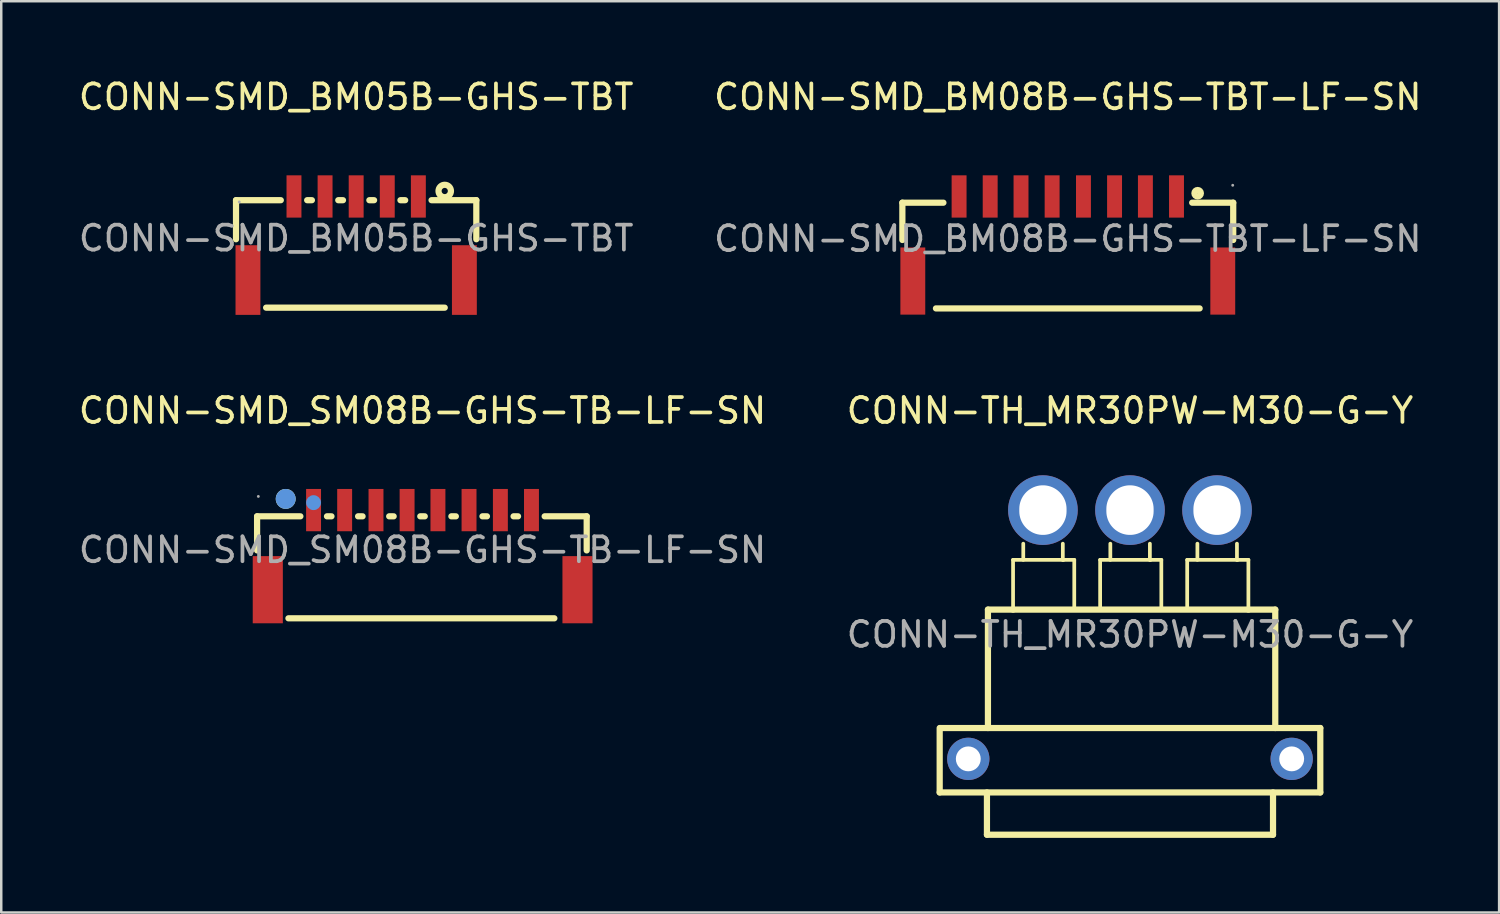
<source format=kicad_pcb>
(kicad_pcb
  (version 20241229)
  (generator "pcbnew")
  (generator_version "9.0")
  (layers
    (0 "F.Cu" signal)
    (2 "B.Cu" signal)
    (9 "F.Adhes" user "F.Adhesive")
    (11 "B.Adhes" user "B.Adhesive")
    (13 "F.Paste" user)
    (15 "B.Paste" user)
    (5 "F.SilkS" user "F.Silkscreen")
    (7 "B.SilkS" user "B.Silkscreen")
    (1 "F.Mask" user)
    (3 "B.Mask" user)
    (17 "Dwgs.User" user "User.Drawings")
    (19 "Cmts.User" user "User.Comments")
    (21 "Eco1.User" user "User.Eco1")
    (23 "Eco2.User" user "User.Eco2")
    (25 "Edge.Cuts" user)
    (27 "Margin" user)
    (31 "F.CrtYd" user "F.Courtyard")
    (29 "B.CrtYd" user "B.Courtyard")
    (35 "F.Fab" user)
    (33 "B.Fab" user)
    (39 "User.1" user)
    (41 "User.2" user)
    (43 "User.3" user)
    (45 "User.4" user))
  (footprint "CONN-SMD_SM08B-GHS-TB-LF-SN"
    (layer "F.Cu")
    (at 13.935 19.056)
    (property "Reference" "CONN-SMD_SM08B-GHS-TB-LF-SN" (at 0 -5.6 0) (layer "F.SilkS") (effects (font (size 1 1) (thickness 0.15))))
    (attr smd)
    (fp_line (start -6.65 -1.35) (end -6.65 0.02) (stroke (width 0.25) (type solid)) (layer "F.SilkS"))
    (fp_line (start -5.39 2.75) (end 5.3 2.75) (stroke (width 0.25) (type solid)) (layer "F.SilkS"))
    (fp_line (start -4.91 -1.35) (end -6.65 -1.35) (stroke (width 0.25) (type solid)) (layer "F.SilkS"))
    (fp_line (start -3.66 -1.35) (end -3.84 -1.35) (stroke (width 0.25) (type solid)) (layer "F.SilkS"))
    (fp_line (start -2.41 -1.35) (end -2.59 -1.35) (stroke (width 0.25) (type solid)) (layer "F.SilkS"))
    (fp_line (start -1.16 -1.35) (end -1.34 -1.35) (stroke (width 0.25) (type solid)) (layer "F.SilkS"))
    (fp_line (start 0.09 -1.35) (end -0.09 -1.35) (stroke (width 0.25) (type solid)) (layer "F.SilkS"))
    (fp_line (start 1.34 -1.35) (end 1.16 -1.35) (stroke (width 0.25) (type solid)) (layer "F.SilkS"))
    (fp_line (start 2.59 -1.35) (end 2.41 -1.35) (stroke (width 0.25) (type solid)) (layer "F.SilkS"))
    (fp_line (start 3.84 -1.35) (end 3.66 -1.35) (stroke (width 0.25) (type solid)) (layer "F.SilkS"))
    (fp_line (start 4.91 -1.35) (end 6.6 -1.35) (stroke (width 0.25) (type solid)) (layer "F.SilkS"))
    (fp_line (start 6.6 -1.35) (end 6.6 0.02) (stroke (width 0.25) (type solid)) (layer "F.SilkS"))
    (fp_circle (center -5.5 -2.05) (end -5.3 -2.05) (stroke (width 0.4) (type solid)) (fill no) (layer "F.SilkS"))
    (fp_circle (center -5.5 -2.05) (end -5.3 -2.05) (stroke (width 0.4) (type solid)) (fill no) (layer "Cmts.User"))
    (fp_circle (center -4.38 -1.9) (end -4.23 -1.9) (stroke (width 0.3) (type solid)) (fill no) (layer "Cmts.User"))
    (fp_circle (center -6.6 -2.15) (end -6.57 -2.15) (stroke (width 0.06) (type solid)) (fill no) (layer "F.Fab"))
    (fp_text user "${REFERENCE}" (at 0 0 0) (layer "F.Fab") (effects (font (size 1 1) (thickness 0.15))))
    (pad "1" smd rect (at -4.38 -1.6) (size 0.6 1.7) (layers "F.Cu" "F.Mask" "F.Paste"))
    (pad "2" smd rect (at -3.13 -1.6) (size 0.6 1.7) (layers "F.Cu" "F.Mask" "F.Paste"))
    (pad "3" smd rect (at -1.87 -1.6) (size 0.6 1.7) (layers "F.Cu" "F.Mask" "F.Paste"))
    (pad "4" smd rect (at -0.62 -1.6) (size 0.6 1.7) (layers "F.Cu" "F.Mask" "F.Paste"))
    (pad "5" smd rect (at 0.62 -1.6) (size 0.6 1.7) (layers "F.Cu" "F.Mask" "F.Paste"))
    (pad "6" smd rect (at 1.87 -1.6) (size 0.6 1.7) (layers "F.Cu" "F.Mask" "F.Paste"))
    (pad "7" smd rect (at 3.13 -1.6) (size 0.6 1.7) (layers "F.Cu" "F.Mask" "F.Paste"))
    (pad "8" smd rect (at 4.38 -1.6) (size 0.6 1.7) (layers "F.Cu" "F.Mask" "F.Paste"))
    (pad "9" smd rect (at -6.22 1.6) (size 1.21 2.7) (layers "F.Cu" "F.Mask" "F.Paste"))
    (pad "10" smd rect (at 6.23 1.6) (size 1.21 2.7) (layers "F.Cu" "F.Mask" "F.Paste")))
  (footprint "CONN-SMD_BM08B-GHS-TBT-LF-SN"
    (layer "F.Cu")
    (at 39.875 6.548)
    (property "Reference" "CONN-SMD_BM08B-GHS-TBT-LF-SN" (at 0 -5.7 0) (layer "F.SilkS") (effects (font (size 1 1) (thickness 0.15))))
    (attr smd)
    (fp_line (start -6.65 -1.45) (end -6.65 0.05) (stroke (width 0.25) (type solid)) (layer "F.SilkS"))
    (fp_line (start -5.3 2.8) (end 5.3 2.8) (stroke (width 0.25) (type solid)) (layer "F.SilkS"))
    (fp_line (start -5 -1.45) (end -6.65 -1.45) (stroke (width 0.25) (type solid)) (layer "F.SilkS"))
    (fp_line (start 5 -1.45) (end 6.65 -1.45) (stroke (width 0.25) (type solid)) (layer "F.SilkS"))
    (fp_line (start 6.65 -1.45) (end 6.65 0.05) (stroke (width 0.25) (type solid)) (layer "F.SilkS"))
    (fp_circle (center 5.22 -1.83) (end 5.35 -1.83) (stroke (width 0.25) (type solid)) (fill no) (layer "F.SilkS"))
    (fp_circle (center 6.63 -2.15) (end 6.66 -2.15) (stroke (width 0.06) (type solid)) (fill no) (layer "F.Fab"))
    (fp_text user "${REFERENCE}" (at 0 0 0) (layer "F.Fab") (effects (font (size 1 1) (thickness 0.15))))
    (pad "1" smd rect (at 4.37 -1.7) (size 0.6 1.7) (layers "F.Cu" "F.Mask" "F.Paste"))
    (pad "2" smd rect (at 3.12 -1.7) (size 0.6 1.7) (layers "F.Cu" "F.Mask" "F.Paste"))
    (pad "3" smd rect (at 1.88 -1.7) (size 0.6 1.7) (layers "F.Cu" "F.Mask" "F.Paste"))
    (pad "4" smd rect (at 0.63 -1.7) (size 0.6 1.7) (layers "F.Cu" "F.Mask" "F.Paste"))
    (pad "5" smd rect (at -0.63 -1.7) (size 0.6 1.7) (layers "F.Cu" "F.Mask" "F.Paste"))
    (pad "6" smd rect (at -1.88 -1.7) (size 0.6 1.7) (layers "F.Cu" "F.Mask" "F.Paste"))
    (pad "7" smd rect (at -3.12 -1.7) (size 0.6 1.7) (layers "F.Cu" "F.Mask" "F.Paste"))
    (pad "8" smd rect (at -4.37 -1.7) (size 0.6 1.7) (layers "F.Cu" "F.Mask" "F.Paste"))
    (pad "9" smd rect (at -6.23 1.7) (size 1 2.7) (layers "F.Cu" "F.Mask" "F.Paste"))
    (pad "10" smd rect (at 6.23 1.7) (size 1 2.7) (layers "F.Cu" "F.Mask" "F.Paste")))
  (footprint "CONN-TH_MR30PW-M30-G-Y"
    (layer "F.Cu")
    (at 42.375 22.456)
    (property "Reference" "CONN-TH_MR30PW-M30-G-Y" (at 0 -9 0) (layer "F.SilkS") (effects (font (size 1 1) (thickness 0.15))))
    (attr through_hole)
    (fp_line (start -7.65 6.35) (end -7.65 3.76) (stroke (width 0.25) (type solid)) (layer "F.SilkS"))
    (fp_line (start -7.65 6.35) (end 7.65 6.35) (stroke (width 0.25) (type solid)) (layer "F.SilkS"))
    (fp_line (start -5.75 8.05) (end -5.75 6.35) (stroke (width 0.25) (type solid)) (layer "F.SilkS"))
    (fp_line (start -5.75 8.05) (end 5.75 8.05) (stroke (width 0.25) (type solid)) (layer "F.SilkS"))
    (fp_line (start -5.71 -1) (end -5.71 3.76) (stroke (width 0.25) (type solid)) (layer "F.SilkS"))
    (fp_line (start -4.7 -3) (end -2.24 -3) (stroke (width 0.15) (type solid)) (layer "F.SilkS"))
    (fp_line (start -4.7 -1) (end -5.71 -1) (stroke (width 0.25) (type solid)) (layer "F.SilkS"))
    (fp_line (start -4.7 -1) (end -4.7 -3) (stroke (width 0.15) (type solid)) (layer "F.SilkS"))
    (fp_line (start -4.7 -1) (end 4.76 -1) (stroke (width 0.25) (type solid)) (layer "F.SilkS"))
    (fp_line (start -4.29 -3) (end -4.29 -3.65) (stroke (width 0.15) (type solid)) (layer "F.SilkS"))
    (fp_line (start -2.7 -3.65) (end -2.7 -3) (stroke (width 0.15) (type solid)) (layer "F.SilkS"))
    (fp_line (start -2.7 -3) (end -2.67 -3) (stroke (width 0.15) (type solid)) (layer "F.SilkS"))
    (fp_line (start -2.24 -3) (end -2.24 -1) (stroke (width 0.15) (type solid)) (layer "F.SilkS"))
    (fp_line (start -1.2 -3) (end 1.26 -3) (stroke (width 0.15) (type solid)) (layer "F.SilkS"))
    (fp_line (start -1.2 -1) (end -1.2 -3) (stroke (width 0.15) (type solid)) (layer "F.SilkS"))
    (fp_line (start -0.79 -3) (end -0.79 -3.65) (stroke (width 0.15) (type solid)) (layer "F.SilkS"))
    (fp_line (start 0.8 -3.65) (end 0.8 -3) (stroke (width 0.15) (type solid)) (layer "F.SilkS"))
    (fp_line (start 0.8 -3) (end 0.83 -3) (stroke (width 0.15) (type solid)) (layer "F.SilkS"))
    (fp_line (start 1.26 -3) (end 1.26 -1) (stroke (width 0.15) (type solid)) (layer "F.SilkS"))
    (fp_line (start 2.3 -3) (end 4.76 -3) (stroke (width 0.15) (type solid)) (layer "F.SilkS"))
    (fp_line (start 2.3 -1) (end 2.3 -3) (stroke (width 0.15) (type solid)) (layer "F.SilkS"))
    (fp_line (start 2.71 -3) (end 2.71 -3.65) (stroke (width 0.15) (type solid)) (layer "F.SilkS"))
    (fp_line (start 4.3 -3.65) (end 4.3 -3) (stroke (width 0.15) (type solid)) (layer "F.SilkS"))
    (fp_line (start 4.3 -3) (end 4.33 -3) (stroke (width 0.15) (type solid)) (layer "F.SilkS"))
    (fp_line (start 4.76 -3) (end 4.76 -1) (stroke (width 0.15) (type solid)) (layer "F.SilkS"))
    (fp_line (start 4.76 -1) (end 5.84 -1) (stroke (width 0.25) (type solid)) (layer "F.SilkS"))
    (fp_line (start 5.75 8.05) (end 5.75 6.35) (stroke (width 0.25) (type solid)) (layer "F.SilkS"))
    (fp_line (start 5.84 -1) (end 5.84 3.76) (stroke (width 0.25) (type solid)) (layer "F.SilkS"))
    (fp_line (start 7.65 3.76) (end -7.62 3.76) (stroke (width 0.25) (type solid)) (layer "F.SilkS"))
    (fp_line (start 7.65 6.35) (end 7.65 3.76) (stroke (width 0.25) (type solid)) (layer "F.SilkS"))
    (fp_text user "${REFERENCE}" (at 0 0 0) (layer "F.Fab") (effects (font (size 1 1) (thickness 0.15))))
    (pad "1" thru_hole circle (at -3.5 -5 180) (size 2.8 2.8) (drill oval 1.9 1.995) (layers "*.Cu" "*.Mask"))
    (pad "2" thru_hole circle (at 0 -5 180) (size 2.8 2.8) (drill oval 1.9 1.995) (layers "*.Cu" "*.Mask"))
    (pad "3" thru_hole circle (at 3.5 -5 180) (size 2.8 2.8) (drill oval 1.9 1.995) (layers "*.Cu" "*.Mask"))
    (pad "4" thru_hole circle (at 6.5 5 180) (size 1.7 1.7) (drill 1) (layers "*.Cu" "*.Mask"))
    (pad "5" thru_hole circle (at -6.5 5 180) (size 1.7 1.7) (drill 1) (layers "*.Cu" "*.Mask")))
  (footprint "CONN-SMD_BM05B-GHS-TBT"
    (layer "F.Cu")
    (at 11.268 6.528)
    (property "Reference" "CONN-SMD_BM05B-GHS-TBT" (at 0 -5.68 0) (layer "F.SilkS") (effects (font (size 1 1) (thickness 0.15))))
    (attr smd)
    (fp_line (start -4.83 -1.53) (end -3.03 -1.53) (stroke (width 0.25) (type solid)) (layer "F.SilkS"))
    (fp_line (start -4.83 0.04) (end -4.83 -1.53) (stroke (width 0.25) (type solid)) (layer "F.SilkS"))
    (fp_line (start -3.62 2.79) (end 3.56 2.79) (stroke (width 0.25) (type solid)) (layer "F.SilkS"))
    (fp_line (start -1.97 -1.53) (end -1.78 -1.53) (stroke (width 0.25) (type solid)) (layer "F.SilkS"))
    (fp_line (start -0.72 -1.53) (end -0.53 -1.53) (stroke (width 0.25) (type solid)) (layer "F.SilkS"))
    (fp_line (start 0.53 -1.53) (end 0.72 -1.53) (stroke (width 0.25) (type solid)) (layer "F.SilkS"))
    (fp_line (start 1.78 -1.53) (end 1.97 -1.53) (stroke (width 0.25) (type solid)) (layer "F.SilkS"))
    (fp_line (start 3.03 -1.53) (end 4.83 -1.53) (stroke (width 0.25) (type solid)) (layer "F.SilkS"))
    (fp_line (start 4.83 -1.53) (end 4.83 0.04) (stroke (width 0.25) (type solid)) (layer "F.SilkS"))
    (fp_circle (center 3.56 -1.9) (end 3.81 -1.9) (stroke (width 0.25) (type solid)) (fill no) (layer "F.SilkS"))
    (fp_circle (center -4.7 -1.46) (end -4.67 -1.46) (stroke (width 0.06) (type solid)) (fill no) (layer "F.Fab"))
    (fp_text user "${REFERENCE}" (at 0 0 0) (layer "F.Fab") (effects (font (size 1 1) (thickness 0.15))))
    (pad "1" smd rect (at 2.5 -1.68) (size 0.6 1.7) (layers "F.Cu" "F.Mask" "F.Paste"))
    (pad "2" smd rect (at 1.25 -1.68) (size 0.6 1.7) (layers "F.Cu" "F.Mask" "F.Paste"))
    (pad "3" smd rect (at 0 -1.68) (size 0.6 1.7) (layers "F.Cu" "F.Mask" "F.Paste"))
    (pad "4" smd rect (at -1.25 -1.68) (size 0.6 1.7) (layers "F.Cu" "F.Mask" "F.Paste"))
    (pad "5" smd rect (at -2.5 -1.68) (size 0.6 1.7) (layers "F.Cu" "F.Mask" "F.Paste"))
    (pad "6" smd rect (at -4.35 1.68) (size 1 2.8) (layers "F.Cu" "F.Mask" "F.Paste"))
    (pad "7" smd rect (at 4.35 1.68) (size 1 2.8) (layers "F.Cu" "F.Mask" "F.Paste")))
  (gr_rect
    (start -3 -3)
    (end 57.214 33.632)
    (stroke (width 0.1) (type default))
    (fill no)
    (layer "Edge.Cuts")))
</source>
